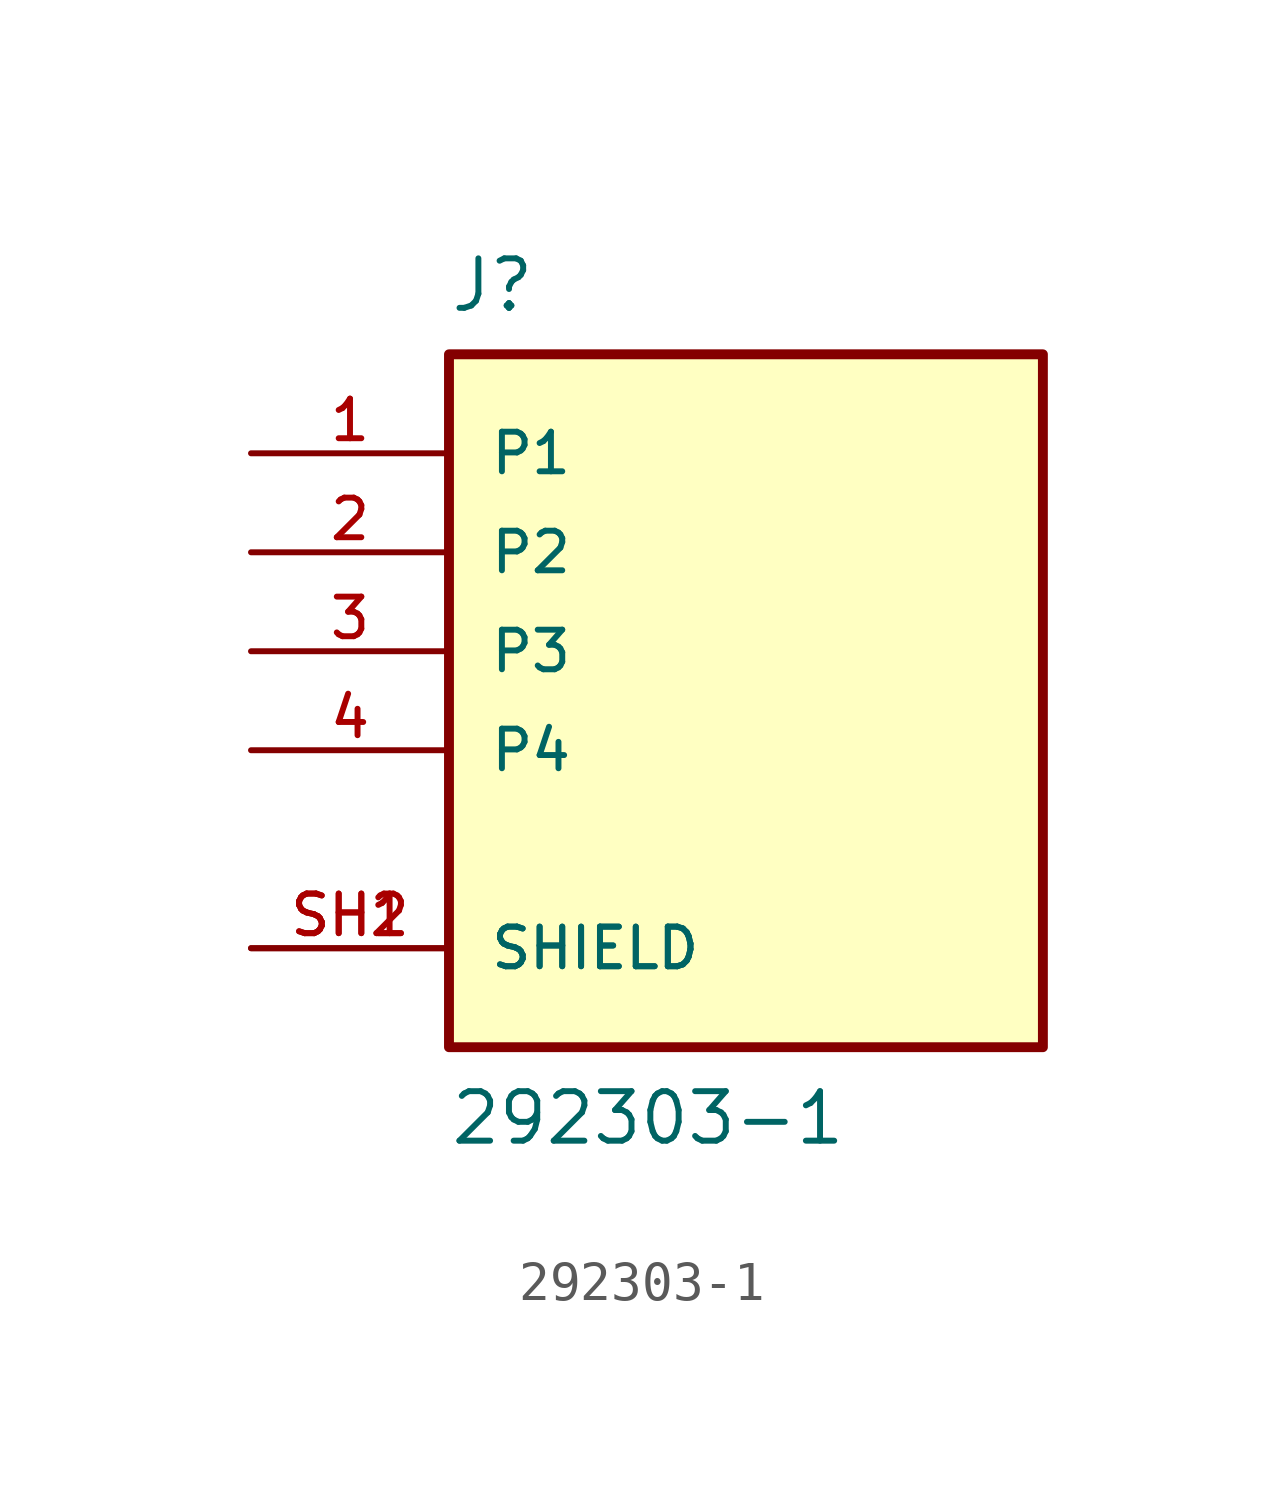
<source format=kicad_sym>
(kicad_symbol_lib
  (version 20211014)
  (generator kicad_symbol_editor)
  (symbol "292303-1"
    (pin_names
      (offset 1.016))
    (property "Reference" "J"
      (at -7.631 8.649 0)
      (effects (font (size 1.27 1.27)) (justify bottom left)))
    (property "Value" "292303-1"
      (at -7.633 -12.722 0)
      (effects (font (size 1.27 1.27)) (justify bottom left)))
    (symbol "292303-1_0_0"
      (rectangle (start -7.62 -10.16) (end 7.62 7.62) (stroke (width 0.254)) (fill (type background)))
      (pin passive line (at -12.7 5.08 0) (length 5.08) (name "P1" (effects (font (size 1.016 1.016)))) (number "1" (effects (font (size 1.016 1.016)))))
      (pin passive line (at -12.7 2.54 0) (length 5.08) (name "P2" (effects (font (size 1.016 1.016)))) (number "2" (effects (font (size 1.016 1.016)))))
      (pin passive line (at -12.7 0.0 0) (length 5.08) (name "P3" (effects (font (size 1.016 1.016)))) (number "3" (effects (font (size 1.016 1.016)))))
      (pin passive line (at -12.7 -2.54 0) (length 5.08) (name "P4" (effects (font (size 1.016 1.016)))) (number "4" (effects (font (size 1.016 1.016)))))
      (pin passive line (at -12.7 -7.62 0) (length 5.08) (name "SHIELD" (effects (font (size 1.016 1.016)))) (number "SH1" (effects (font (size 1.016 1.016)))))
      (pin passive line (at -12.7 -7.62 0) (length 5.08) (name "SHIELD" (effects (font (size 1.016 1.016)))) (number "SH2" (effects (font (size 1.016 1.016))))))))
</source>
